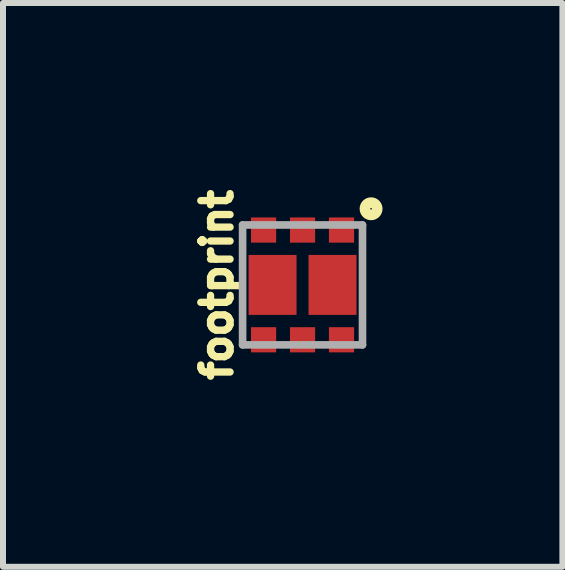
<source format=kicad_pcb>
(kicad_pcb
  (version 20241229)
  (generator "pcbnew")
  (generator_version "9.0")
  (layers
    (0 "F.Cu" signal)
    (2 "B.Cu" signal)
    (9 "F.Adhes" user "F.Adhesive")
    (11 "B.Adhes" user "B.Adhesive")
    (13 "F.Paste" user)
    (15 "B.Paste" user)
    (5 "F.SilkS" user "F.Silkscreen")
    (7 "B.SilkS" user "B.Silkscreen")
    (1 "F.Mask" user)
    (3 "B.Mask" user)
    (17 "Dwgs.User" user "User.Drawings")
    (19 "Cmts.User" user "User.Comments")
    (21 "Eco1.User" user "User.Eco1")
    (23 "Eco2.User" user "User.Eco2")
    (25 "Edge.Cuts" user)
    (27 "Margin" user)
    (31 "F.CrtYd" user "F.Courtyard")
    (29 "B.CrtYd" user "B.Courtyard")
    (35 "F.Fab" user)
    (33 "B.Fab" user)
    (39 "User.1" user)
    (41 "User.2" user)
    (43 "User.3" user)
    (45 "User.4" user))
  (footprint "footprint"
    (layer "F.Cu")
    (at 1.996 1.702)
    (property "Reference" "footprint" (at -1.143 0 90) (layer "F.SilkS") (effects (font (size 0.488 0.488) (thickness 0.122)) (justify bottom)))
    (fp_circle (center 1.143 -1.27) (end 1.245 -1.27) (stroke (width 0.178) (type solid)) (fill no) (layer "F.SilkS"))
    (fp_line (start -1 -1) (end 1 -1) (stroke (width 0.127) (type solid)) (layer "F.Fab"))
    (fp_line (start -1 1) (end -1 -1) (stroke (width 0.127) (type solid)) (layer "F.Fab"))
    (fp_line (start 1 -1) (end 1 1) (stroke (width 0.127) (type solid)) (layer "F.Fab"))
    (fp_line (start 1 1) (end -1 1) (stroke (width 0.127) (type solid)) (layer "F.Fab"))
    (pad "D1" smd rect (at 0.5 0) (size 0.8 1) (layers "F.Cu" "F.Mask" "F.Paste"))
    (pad "D1_2" smd rect (at 0.65 0.915) (size 0.42 0.42) (layers "F.Cu" "F.Mask" "F.Paste"))
    (pad "D2" smd rect (at -0.5 0) (size 0.8 1) (layers "F.Cu" "F.Mask" "F.Paste"))
    (pad "D2_2" smd rect (at -0.65 -0.915) (size 0.42 0.42) (layers "F.Cu" "F.Mask" "F.Paste"))
    (pad "G1" smd rect (at 0 -0.915) (size 0.42 0.42) (layers "F.Cu" "F.Mask" "F.Paste"))
    (pad "G2" smd rect (at 0 0.915) (size 0.42 0.42) (layers "F.Cu" "F.Mask" "F.Paste"))
    (pad "S1" smd rect (at 0.65 -0.915) (size 0.42 0.42) (layers "F.Cu" "F.Mask" "F.Paste"))
    (pad "S2" smd rect (at -0.65 0.915) (size 0.42 0.42) (layers "F.Cu" "F.Mask" "F.Paste")))
  (gr_rect
    (start -3 -3)
    (end 6.33 6.403)
    (stroke (width 0.1) (type default))
    (fill no)
    (layer "Edge.Cuts")))
</source>
